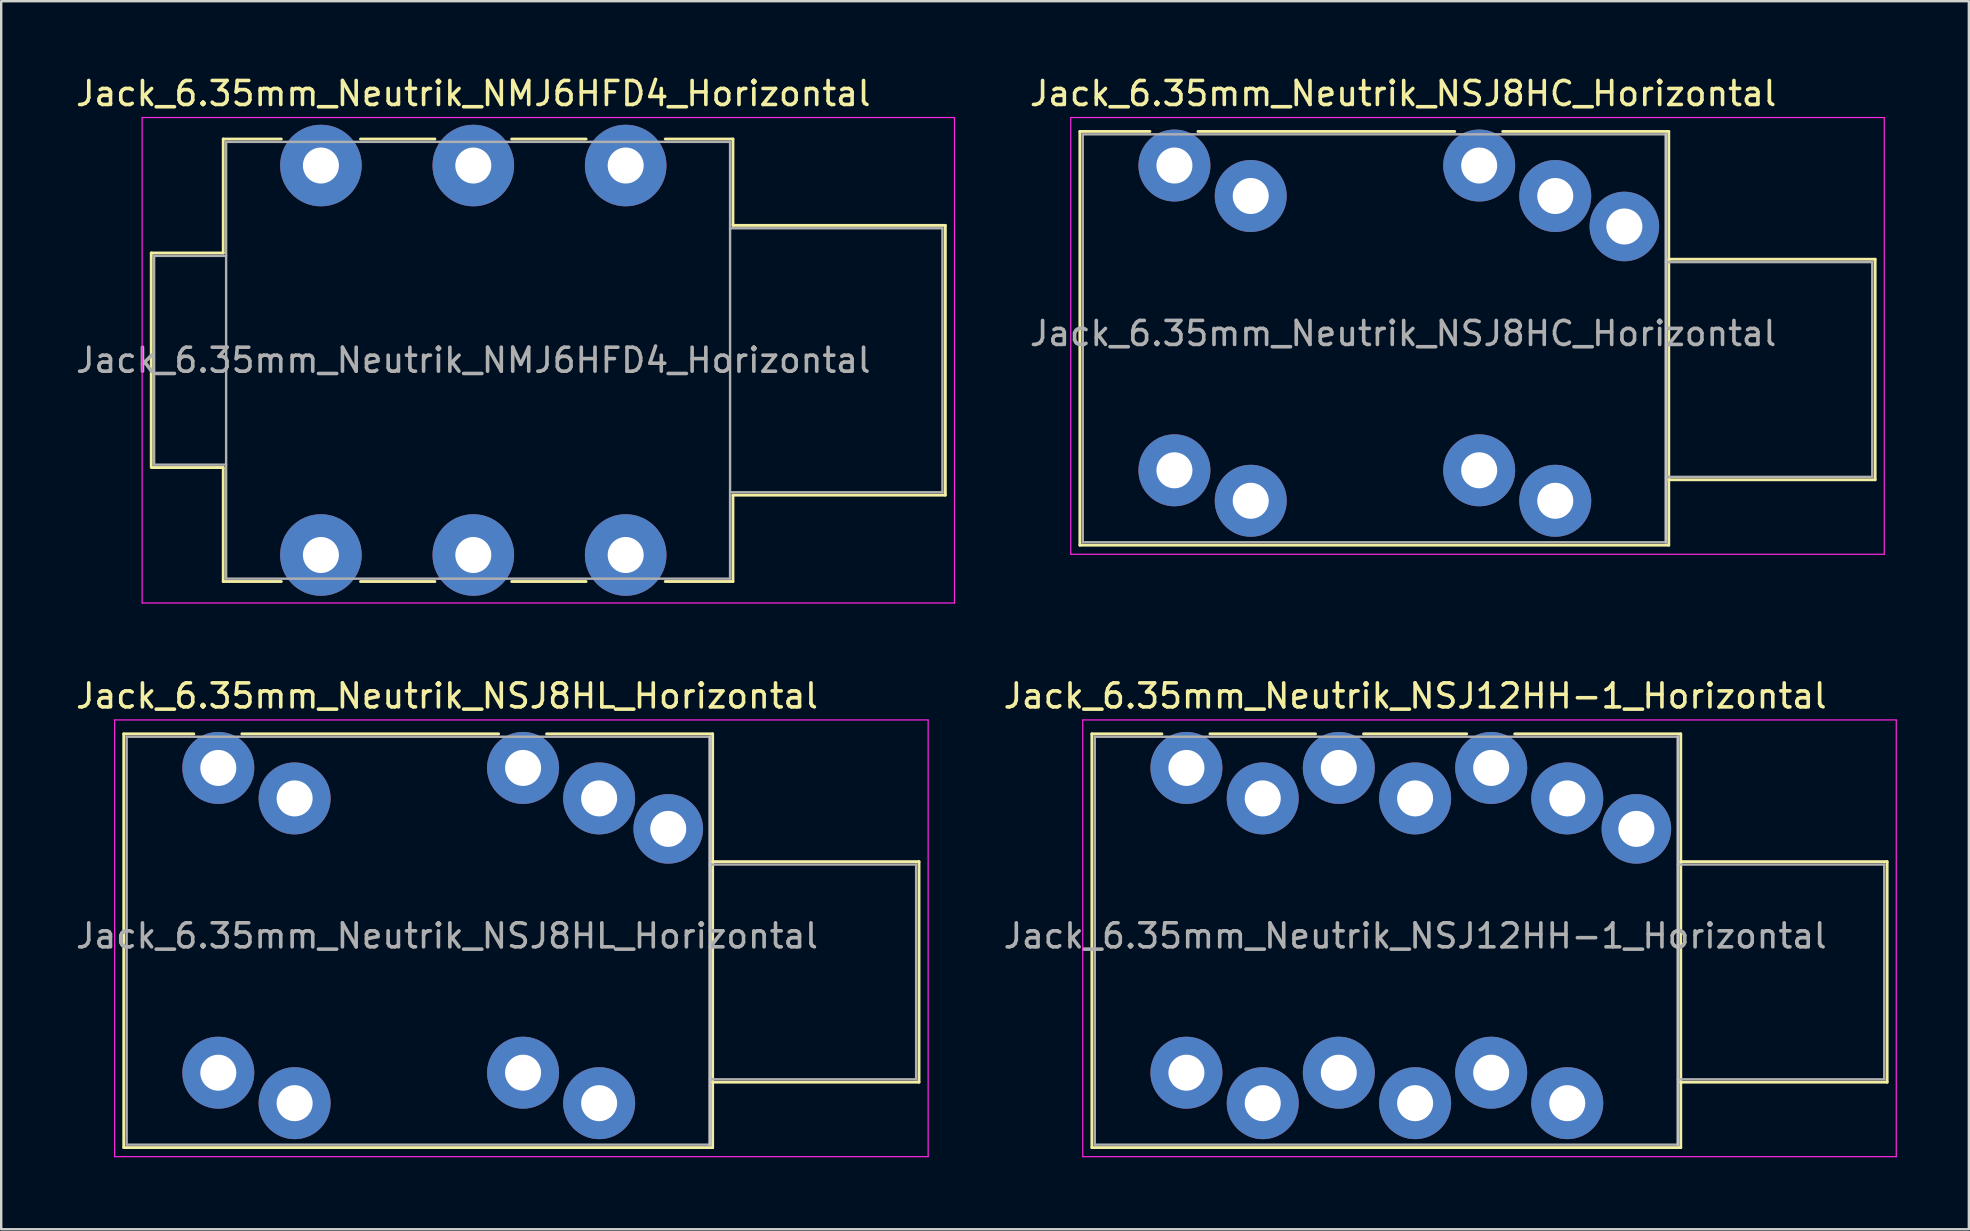
<source format=kicad_pcb>
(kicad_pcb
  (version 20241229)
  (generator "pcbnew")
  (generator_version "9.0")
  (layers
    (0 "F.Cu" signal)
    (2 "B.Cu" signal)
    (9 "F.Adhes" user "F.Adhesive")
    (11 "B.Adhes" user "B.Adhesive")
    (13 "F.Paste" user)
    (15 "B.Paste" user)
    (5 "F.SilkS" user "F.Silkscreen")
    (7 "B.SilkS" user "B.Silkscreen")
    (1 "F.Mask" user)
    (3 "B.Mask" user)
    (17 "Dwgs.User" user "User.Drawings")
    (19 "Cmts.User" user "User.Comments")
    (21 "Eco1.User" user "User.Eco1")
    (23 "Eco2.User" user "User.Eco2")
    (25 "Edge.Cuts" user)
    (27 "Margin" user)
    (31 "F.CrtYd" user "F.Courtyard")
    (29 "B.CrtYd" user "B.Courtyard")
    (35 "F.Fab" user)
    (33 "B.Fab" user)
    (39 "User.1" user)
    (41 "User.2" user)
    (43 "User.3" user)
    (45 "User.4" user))
  (footprint "Jack_6.35mm_Neutrik_NSJ8HL_Horizontal"
    (layer "F.Cu")
    (at 6.047 28.951)
    (property "Reference" "Jack_6.35mm_Neutrik_NSJ8HL_Horizontal" (at 9.53 -3 0) (layer "F.SilkS") (effects (font (size 1 1) (thickness 0.15))))
    (attr through_hole)
    (fp_line (start -3.94 -1.42) (end -1.02 -1.42) (stroke (width 0.12) (type solid)) (layer "F.SilkS"))
    (fp_line (start -3.94 15.82) (end -3.94 -1.42) (stroke (width 0.12) (type solid)) (layer "F.SilkS"))
    (fp_line (start -3.94 15.82) (end 20.6 15.82) (stroke (width 0.12) (type solid)) (layer "F.SilkS"))
    (fp_line (start 0.98 -1.42) (end 11.68 -1.42) (stroke (width 0.12) (type solid)) (layer "F.SilkS"))
    (fp_line (start 13.68 -1.42) (end 20.6 -1.42) (stroke (width 0.12) (type solid)) (layer "F.SilkS"))
    (fp_line (start 20.6 -1.42) (end 20.6 15.82) (stroke (width 0.12) (type solid)) (layer "F.SilkS"))
    (fp_line (start 29.2 3.905) (end 20.6 3.905) (stroke (width 0.12) (type solid)) (layer "F.SilkS"))
    (fp_line (start 29.2 13.095) (end 20.6 13.095) (stroke (width 0.12) (type solid)) (layer "F.SilkS"))
    (fp_line (start 29.2 13.095) (end 29.2 3.905) (stroke (width 0.12) (type solid)) (layer "F.SilkS"))
    (fp_line (start 20.48 -1.3) (end 20.48 15.7) (stroke (width 0.1) (type solid)) (layer "Dwgs.User"))
    (fp_line (start -4.32 16.2) (end -4.32 -2) (stroke (width 0.05) (type solid)) (layer "F.CrtYd"))
    (fp_line (start -4.32 16.2) (end 29.58 16.2) (stroke (width 0.05) (type solid)) (layer "F.CrtYd"))
    (fp_line (start 29.58 -2) (end -4.32 -2) (stroke (width 0.05) (type solid)) (layer "F.CrtYd"))
    (fp_line (start 29.58 16.2) (end 29.58 -2) (stroke (width 0.05) (type solid)) (layer "F.CrtYd"))
    (fp_line (start -3.82 -1.3) (end 20.48 -1.3) (stroke (width 0.1) (type solid)) (layer "F.Fab"))
    (fp_line (start -3.82 15.7) (end -3.82 -1.3) (stroke (width 0.1) (type solid)) (layer "F.Fab"))
    (fp_line (start 20.48 -1.3) (end 20.48 15.7) (stroke (width 0.1) (type solid)) (layer "F.Fab"))
    (fp_line (start 20.48 12.975) (end 29.08 12.975) (stroke (width 0.1) (type solid)) (layer "F.Fab"))
    (fp_line (start 20.48 15.7) (end -3.82 15.7) (stroke (width 0.1) (type solid)) (layer "F.Fab"))
    (fp_line (start 29.08 4.025) (end 20.48 4.025) (stroke (width 0.1) (type solid)) (layer "F.Fab"))
    (fp_line (start 29.08 12.975) (end 29.08 4.025) (stroke (width 0.1) (type solid)) (layer "F.Fab"))
    (fp_text user "${REFERENCE}" (at 9.53 7 0) (layer "F.Fab") (effects (font (size 1 1) (thickness 0.15))))
    (pad "G" thru_hole circle (at 18.75 2.54) (size 2.9 2.9) (drill 1.5) (layers "*.Cu" "*.Mask"))
    (pad "S1" thru_hole circle (at 12.7 0) (size 3 3) (drill 1.5) (layers "*.Cu" "*.Mask"))
    (pad "S2" thru_hole circle (at 15.87 1.27) (size 3 3) (drill 1.5) (layers "*.Cu" "*.Mask"))
    (pad "SN1" thru_hole circle (at 12.7 12.7) (size 3 3) (drill 1.5) (layers "*.Cu" "*.Mask"))
    (pad "SN2" thru_hole circle (at 15.87 13.97) (size 3 3) (drill 1.5) (layers "*.Cu" "*.Mask"))
    (pad "T1" thru_hole circle (at 0 0) (size 3 3) (drill 1.5) (layers "*.Cu" "*.Mask"))
    (pad "T2" thru_hole circle (at 3.18 1.27) (size 3 3) (drill 1.5) (layers "*.Cu" "*.Mask"))
    (pad "TN1" thru_hole circle (at 0 12.7) (size 3 3) (drill 1.5) (layers "*.Cu" "*.Mask"))
    (pad "TN2" thru_hole circle (at 3.18 13.97) (size 3 3) (drill 1.5) (layers "*.Cu" "*.Mask")))
  (footprint "Jack_6.35mm_Neutrik_NSJ8HC_Horizontal"
    (layer "F.Cu")
    (at 45.89 3.848)
    (property "Reference" "Jack_6.35mm_Neutrik_NSJ8HC_Horizontal" (at 9.53 -3 0) (layer "F.SilkS") (effects (font (size 1 1) (thickness 0.15))))
    (attr through_hole)
    (fp_line (start -3.94 -1.42) (end -1.02 -1.42) (stroke (width 0.12) (type solid)) (layer "F.SilkS"))
    (fp_line (start -3.94 15.82) (end -3.94 -1.42) (stroke (width 0.12) (type solid)) (layer "F.SilkS"))
    (fp_line (start -3.94 15.82) (end 20.6 15.82) (stroke (width 0.12) (type solid)) (layer "F.SilkS"))
    (fp_line (start 0.98 -1.42) (end 11.68 -1.42) (stroke (width 0.12) (type solid)) (layer "F.SilkS"))
    (fp_line (start 13.68 -1.42) (end 20.6 -1.42) (stroke (width 0.12) (type solid)) (layer "F.SilkS"))
    (fp_line (start 20.6 -1.42) (end 20.6 15.82) (stroke (width 0.12) (type solid)) (layer "F.SilkS"))
    (fp_line (start 29.2 3.905) (end 20.6 3.905) (stroke (width 0.12) (type solid)) (layer "F.SilkS"))
    (fp_line (start 29.2 13.095) (end 20.6 13.095) (stroke (width 0.12) (type solid)) (layer "F.SilkS"))
    (fp_line (start 29.2 13.095) (end 29.2 3.905) (stroke (width 0.12) (type solid)) (layer "F.SilkS"))
    (fp_line (start 20.48 -1.3) (end 20.48 15.7) (stroke (width 0.1) (type solid)) (layer "Dwgs.User"))
    (fp_line (start -4.32 16.2) (end -4.32 -2) (stroke (width 0.05) (type solid)) (layer "F.CrtYd"))
    (fp_line (start -4.32 16.2) (end 29.58 16.2) (stroke (width 0.05) (type solid)) (layer "F.CrtYd"))
    (fp_line (start 29.58 -2) (end -4.32 -2) (stroke (width 0.05) (type solid)) (layer "F.CrtYd"))
    (fp_line (start 29.58 16.2) (end 29.58 -2) (stroke (width 0.05) (type solid)) (layer "F.CrtYd"))
    (fp_line (start -3.82 -1.3) (end 20.48 -1.3) (stroke (width 0.1) (type solid)) (layer "F.Fab"))
    (fp_line (start -3.82 15.7) (end -3.82 -1.3) (stroke (width 0.1) (type solid)) (layer "F.Fab"))
    (fp_line (start 20.48 -1.3) (end 20.48 15.7) (stroke (width 0.1) (type solid)) (layer "F.Fab"))
    (fp_line (start 20.48 12.975) (end 29.08 12.975) (stroke (width 0.1) (type solid)) (layer "F.Fab"))
    (fp_line (start 20.48 15.7) (end -3.82 15.7) (stroke (width 0.1) (type solid)) (layer "F.Fab"))
    (fp_line (start 29.08 4.025) (end 20.48 4.025) (stroke (width 0.1) (type solid)) (layer "F.Fab"))
    (fp_line (start 29.08 12.975) (end 29.08 4.025) (stroke (width 0.1) (type solid)) (layer "F.Fab"))
    (fp_text user "${REFERENCE}" (at 9.53 7 0) (layer "F.Fab") (effects (font (size 1 1) (thickness 0.15))))
    (pad "G" thru_hole circle (at 18.75 2.54) (size 2.9 2.9) (drill 1.5) (layers "*.Cu" "*.Mask"))
    (pad "S1" thru_hole circle (at 12.7 0) (size 3 3) (drill 1.5) (layers "*.Cu" "*.Mask"))
    (pad "S2" thru_hole circle (at 15.87 1.27) (size 3 3) (drill 1.5) (layers "*.Cu" "*.Mask"))
    (pad "SN1" thru_hole circle (at 12.7 12.7) (size 3 3) (drill 1.5) (layers "*.Cu" "*.Mask"))
    (pad "SN2" thru_hole circle (at 15.87 13.97) (size 3 3) (drill 1.5) (layers "*.Cu" "*.Mask"))
    (pad "T1" thru_hole circle (at 0 0) (size 3 3) (drill 1.5) (layers "*.Cu" "*.Mask"))
    (pad "T2" thru_hole circle (at 3.18 1.27) (size 3 3) (drill 1.5) (layers "*.Cu" "*.Mask"))
    (pad "TN1" thru_hole circle (at 0 12.7) (size 3 3) (drill 1.5) (layers "*.Cu" "*.Mask"))
    (pad "TN2" thru_hole circle (at 3.18 13.97) (size 3 3) (drill 1.5) (layers "*.Cu" "*.Mask")))
  (footprint "Jack_6.35mm_Neutrik_NSJ12HH-1_Horizontal"
    (layer "F.Cu")
    (at 46.39 28.951)
    (property "Reference" "Jack_6.35mm_Neutrik_NSJ12HH-1_Horizontal" (at 9.53 -3 0) (layer "F.SilkS") (effects (font (size 1 1) (thickness 0.15))))
    (attr through_hole)
    (fp_line (start -3.94 -1.42) (end -1.02 -1.42) (stroke (width 0.12) (type solid)) (layer "F.SilkS"))
    (fp_line (start -3.94 15.82) (end -3.94 -1.42) (stroke (width 0.12) (type solid)) (layer "F.SilkS"))
    (fp_line (start -3.94 15.82) (end 20.6 15.82) (stroke (width 0.12) (type solid)) (layer "F.SilkS"))
    (fp_line (start 0.98 -1.42) (end 5.38 -1.42) (stroke (width 0.12) (type solid)) (layer "F.SilkS"))
    (fp_line (start 7.38 -1.42) (end 11.68 -1.42) (stroke (width 0.12) (type solid)) (layer "F.SilkS"))
    (fp_line (start 13.68 -1.42) (end 20.6 -1.42) (stroke (width 0.12) (type solid)) (layer "F.SilkS"))
    (fp_line (start 20.6 -1.42) (end 20.6 15.82) (stroke (width 0.12) (type solid)) (layer "F.SilkS"))
    (fp_line (start 29.2 3.905) (end 20.6 3.905) (stroke (width 0.12) (type solid)) (layer "F.SilkS"))
    (fp_line (start 29.2 13.095) (end 20.6 13.095) (stroke (width 0.12) (type solid)) (layer "F.SilkS"))
    (fp_line (start 29.2 13.095) (end 29.2 3.905) (stroke (width 0.12) (type solid)) (layer "F.SilkS"))
    (fp_line (start 20.48 -1.3) (end 20.48 15.7) (stroke (width 0.1) (type solid)) (layer "Dwgs.User"))
    (fp_line (start -4.32 16.2) (end -4.32 -2) (stroke (width 0.05) (type solid)) (layer "F.CrtYd"))
    (fp_line (start -4.32 16.2) (end 29.58 16.2) (stroke (width 0.05) (type solid)) (layer "F.CrtYd"))
    (fp_line (start 29.58 -2) (end -4.32 -2) (stroke (width 0.05) (type solid)) (layer "F.CrtYd"))
    (fp_line (start 29.58 16.2) (end 29.58 -2) (stroke (width 0.05) (type solid)) (layer "F.CrtYd"))
    (fp_line (start -3.82 -1.3) (end 20.48 -1.3) (stroke (width 0.1) (type solid)) (layer "F.Fab"))
    (fp_line (start -3.82 15.7) (end -3.82 -1.3) (stroke (width 0.1) (type solid)) (layer "F.Fab"))
    (fp_line (start 20.48 -1.3) (end 20.48 15.7) (stroke (width 0.1) (type solid)) (layer "F.Fab"))
    (fp_line (start 20.48 12.975) (end 29.08 12.975) (stroke (width 0.1) (type solid)) (layer "F.Fab"))
    (fp_line (start 20.48 15.7) (end -3.82 15.7) (stroke (width 0.1) (type solid)) (layer "F.Fab"))
    (fp_line (start 29.08 4.025) (end 20.48 4.025) (stroke (width 0.1) (type solid)) (layer "F.Fab"))
    (fp_line (start 29.08 12.975) (end 29.08 4.025) (stroke (width 0.1) (type solid)) (layer "F.Fab"))
    (fp_text user "${REFERENCE}" (at 9.53 7 0) (layer "F.Fab") (effects (font (size 1 1) (thickness 0.15))))
    (pad "G" thru_hole circle (at 18.75 2.54) (size 2.9 2.9) (drill 1.5) (layers "*.Cu" "*.Mask"))
    (pad "R1" thru_hole circle (at 6.35 0) (size 3 3) (drill 1.5) (layers "*.Cu" "*.Mask"))
    (pad "R2" thru_hole circle (at 9.53 1.27) (size 3 3) (drill 1.5) (layers "*.Cu" "*.Mask"))
    (pad "RN1" thru_hole circle (at 6.35 12.7) (size 3 3) (drill 1.5) (layers "*.Cu" "*.Mask"))
    (pad "RN2" thru_hole circle (at 9.53 13.97) (size 3 3) (drill 1.5) (layers "*.Cu" "*.Mask"))
    (pad "S1" thru_hole circle (at 12.7 0) (size 3 3) (drill 1.5) (layers "*.Cu" "*.Mask"))
    (pad "S2" thru_hole circle (at 15.87 1.27) (size 3 3) (drill 1.5) (layers "*.Cu" "*.Mask"))
    (pad "SN1" thru_hole circle (at 12.7 12.7) (size 3 3) (drill 1.5) (layers "*.Cu" "*.Mask"))
    (pad "SN2" thru_hole circle (at 15.87 13.97) (size 3 3) (drill 1.5) (layers "*.Cu" "*.Mask"))
    (pad "T1" thru_hole circle (at 0 0) (size 3 3) (drill 1.5) (layers "*.Cu" "*.Mask"))
    (pad "T2" thru_hole circle (at 3.18 1.27) (size 3 3) (drill 1.5) (layers "*.Cu" "*.Mask"))
    (pad "TN1" thru_hole circle (at 0 12.7) (size 3 3) (drill 1.5) (layers "*.Cu" "*.Mask"))
    (pad "TN2" thru_hole circle (at 3.18 13.97) (size 3 3) (drill 1.5) (layers "*.Cu" "*.Mask")))
  (footprint "Jack_6.35mm_Neutrik_NMJ6HFD4_Horizontal"
    (layer "F.Cu")
    (at 10.323 3.848)
    (property "Reference" "Jack_6.35mm_Neutrik_NMJ6HFD4_Horizontal" (at 6.35 -3 0) (layer "F.SilkS") (effects (font (size 1 1) (thickness 0.15))))
    (attr through_hole)
    (fp_line (start -7.07 3.645) (end -4.07 3.645) (stroke (width 0.12) (type solid)) (layer "F.SilkS"))
    (fp_line (start -7.07 12.545) (end -7.07 3.645) (stroke (width 0.12) (type solid)) (layer "F.SilkS"))
    (fp_line (start -7.07 12.585) (end -4.07 12.585) (stroke (width 0.12) (type solid)) (layer "F.SilkS"))
    (fp_line (start -4.07 -1.105) (end -1.65 -1.105) (stroke (width 0.12) (type solid)) (layer "F.SilkS"))
    (fp_line (start -4.07 3.645) (end -4.07 -1.105) (stroke (width 0.12) (type solid)) (layer "F.SilkS"))
    (fp_line (start -4.07 17.335) (end -4.07 12.585) (stroke (width 0.12) (type solid)) (layer "F.SilkS"))
    (fp_line (start -1.65 17.335) (end -4.07 17.335) (stroke (width 0.12) (type solid)) (layer "F.SilkS"))
    (fp_line (start 1.65 -1.105) (end 4.75 -1.105) (stroke (width 0.12) (type solid)) (layer "F.SilkS"))
    (fp_line (start 4.75 17.335) (end 1.65 17.335) (stroke (width 0.12) (type solid)) (layer "F.SilkS"))
    (fp_line (start 7.95 -1.105) (end 11.05 -1.105) (stroke (width 0.12) (type solid)) (layer "F.SilkS"))
    (fp_line (start 11.05 17.335) (end 7.95 17.335) (stroke (width 0.12) (type solid)) (layer "F.SilkS"))
    (fp_line (start 17.17 -1.105) (end 14.35 -1.105) (stroke (width 0.12) (type solid)) (layer "F.SilkS"))
    (fp_line (start 17.17 2.495) (end 17.17 -1.105) (stroke (width 0.12) (type solid)) (layer "F.SilkS"))
    (fp_line (start 17.17 2.495) (end 26.02 2.495) (stroke (width 0.12) (type solid)) (layer "F.SilkS"))
    (fp_line (start 17.17 13.735) (end 26.02 13.735) (stroke (width 0.12) (type solid)) (layer "F.SilkS"))
    (fp_line (start 17.17 17.335) (end 14.35 17.335) (stroke (width 0.12) (type solid)) (layer "F.SilkS"))
    (fp_line (start 17.17 17.335) (end 17.17 13.735) (stroke (width 0.12) (type solid)) (layer "F.SilkS"))
    (fp_line (start 26.02 13.735) (end 26.02 2.495) (stroke (width 0.12) (type solid)) (layer "F.SilkS"))
    (fp_line (start -7.45 18.23) (end -7.45 -2) (stroke (width 0.05) (type solid)) (layer "F.CrtYd"))
    (fp_line (start -7.45 18.23) (end 26.4 18.23) (stroke (width 0.05) (type solid)) (layer "F.CrtYd"))
    (fp_line (start 26.4 -2) (end -7.45 -2) (stroke (width 0.05) (type solid)) (layer "F.CrtYd"))
    (fp_line (start 26.4 18.23) (end 26.4 -2) (stroke (width 0.05) (type solid)) (layer "F.CrtYd"))
    (fp_line (start -6.95 3.765) (end -3.95 3.765) (stroke (width 0.1) (type solid)) (layer "F.Fab"))
    (fp_line (start -6.95 12.465) (end -6.95 3.765) (stroke (width 0.1) (type solid)) (layer "F.Fab"))
    (fp_line (start -6.95 12.465) (end -3.95 12.465) (stroke (width 0.1) (type solid)) (layer "F.Fab"))
    (fp_line (start -3.95 17.215) (end -3.95 -0.985) (stroke (width 0.1) (type solid)) (layer "F.Fab"))
    (fp_line (start 17.05 -0.985) (end -3.95 -0.985) (stroke (width 0.1) (type solid)) (layer "F.Fab"))
    (fp_line (start 17.05 17.215) (end -3.95 17.215) (stroke (width 0.1) (type solid)) (layer "F.Fab"))
    (fp_line (start 17.05 17.215) (end 17.05 -0.985) (stroke (width 0.1) (type solid)) (layer "F.Fab"))
    (fp_line (start 25.9 2.615) (end 17.05 2.615) (stroke (width 0.1) (type solid)) (layer "F.Fab"))
    (fp_line (start 25.9 13.615) (end 17.05 13.615) (stroke (width 0.1) (type solid)) (layer "F.Fab"))
    (fp_line (start 25.9 13.615) (end 25.9 2.615) (stroke (width 0.1) (type solid)) (layer "F.Fab"))
    (fp_text user "${REFERENCE}" (at 6.35 8.115 0) (layer "F.Fab") (effects (font (size 1 1) (thickness 0.15))))
    (pad "R" thru_hole circle (at 6.35 0) (size 3.4 3.4) (drill 1.5) (layers "*.Cu" "*.Mask"))
    (pad "RN" thru_hole circle (at 6.35 16.23) (size 3.4 3.4) (drill 1.5) (layers "*.Cu" "*.Mask"))
    (pad "S" thru_hole circle (at 12.7 0) (size 3.4 3.4) (drill 1.5) (layers "*.Cu" "*.Mask"))
    (pad "SN" thru_hole circle (at 12.7 16.23) (size 3.4 3.4) (drill 1.5) (layers "*.Cu" "*.Mask"))
    (pad "T" thru_hole circle (at 0 0) (size 3.4 3.4) (drill 1.5) (layers "*.Cu" "*.Mask"))
    (pad "TN" thru_hole circle (at 0 16.23) (size 3.4 3.4) (drill 1.5) (layers "*.Cu" "*.Mask")))
  (gr_rect
    (start -3 -3)
    (end 78.995 48.176)
    (stroke (width 0.1) (type default))
    (fill no)
    (layer "Edge.Cuts")))
</source>
